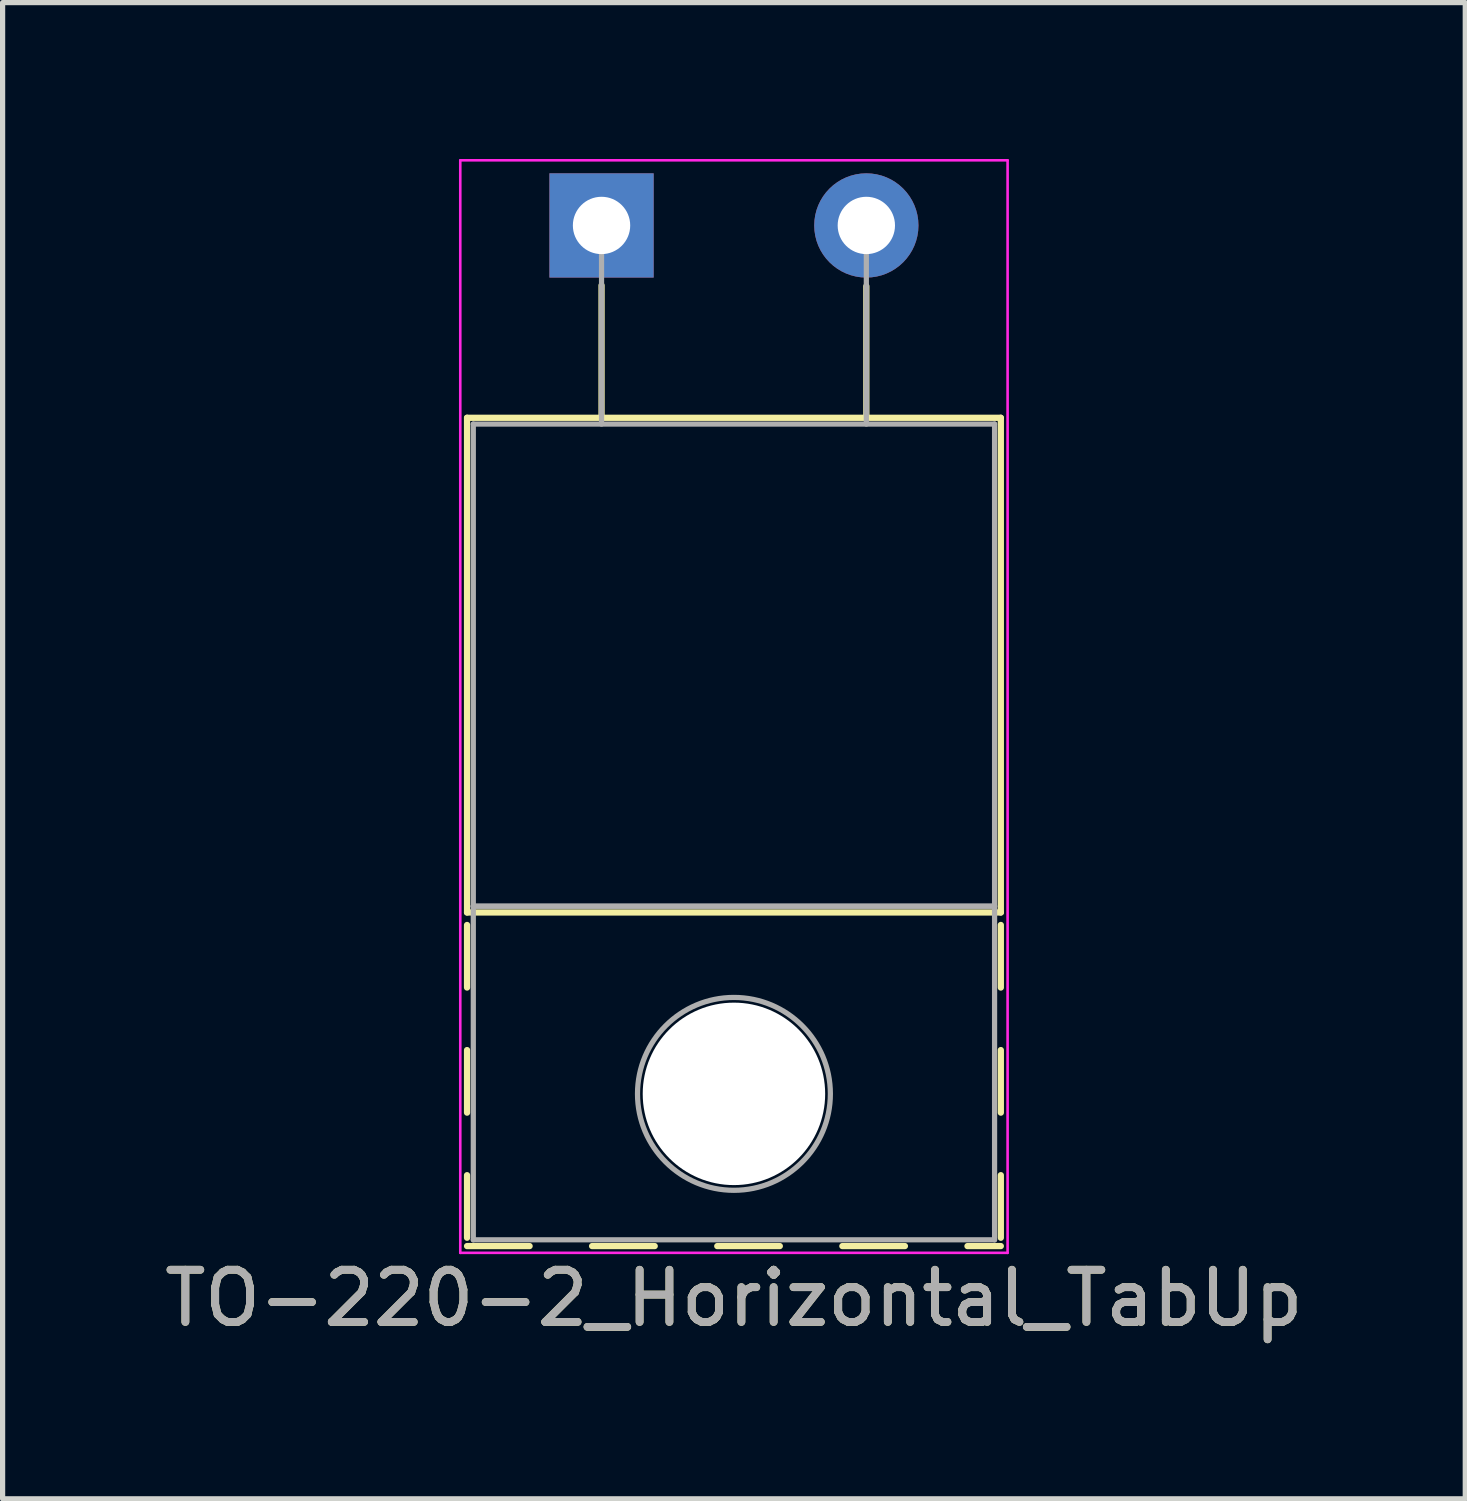
<source format=kicad_pcb>
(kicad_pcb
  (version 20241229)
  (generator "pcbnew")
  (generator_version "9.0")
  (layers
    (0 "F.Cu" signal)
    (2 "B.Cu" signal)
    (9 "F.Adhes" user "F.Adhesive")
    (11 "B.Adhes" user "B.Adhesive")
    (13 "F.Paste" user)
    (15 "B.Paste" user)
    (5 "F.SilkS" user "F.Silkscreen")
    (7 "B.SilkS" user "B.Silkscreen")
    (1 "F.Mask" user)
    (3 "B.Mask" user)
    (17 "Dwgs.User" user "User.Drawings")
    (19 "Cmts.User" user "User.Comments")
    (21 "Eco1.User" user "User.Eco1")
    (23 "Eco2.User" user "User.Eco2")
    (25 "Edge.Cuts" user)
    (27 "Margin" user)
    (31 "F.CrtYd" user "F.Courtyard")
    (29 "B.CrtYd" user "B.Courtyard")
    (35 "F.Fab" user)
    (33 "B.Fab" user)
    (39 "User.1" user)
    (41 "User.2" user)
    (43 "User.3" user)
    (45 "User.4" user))
  (footprint "TO-220-2_Horizontal_TabUp"
    (layer "F.Cu")
    (at 8.49 1.275)
    (property "Reference" "TO-220-2_Horizontal_TabUp" (at 2.54 20.58 0) (layer "F.SilkS") (effects (font (size 1 1) (thickness 0.15))))
    (attr through_hole)
    (fp_line (start -2.58 3.69) (end -2.58 13.18) (stroke (width 0.12) (type solid)) (layer "F.SilkS"))
    (fp_line (start -2.58 3.69) (end 7.66 3.69) (stroke (width 0.12) (type solid)) (layer "F.SilkS"))
    (fp_line (start -2.58 13.18) (end 7.66 13.18) (stroke (width 0.12) (type solid)) (layer "F.SilkS"))
    (fp_line (start -2.58 13.42) (end -2.58 14.62) (stroke (width 0.12) (type solid)) (layer "F.SilkS"))
    (fp_line (start -2.58 15.82) (end -2.58 17.02) (stroke (width 0.12) (type solid)) (layer "F.SilkS"))
    (fp_line (start -2.58 18.22) (end -2.58 19.42) (stroke (width 0.12) (type solid)) (layer "F.SilkS"))
    (fp_line (start -2.58 19.58) (end -1.38 19.58) (stroke (width 0.12) (type solid)) (layer "F.SilkS"))
    (fp_line (start -0.181 19.58) (end 1.02 19.58) (stroke (width 0.12) (type solid)) (layer "F.SilkS"))
    (fp_line (start 0 1.15) (end 0 3.69) (stroke (width 0.12) (type solid)) (layer "F.SilkS"))
    (fp_line (start 2.22 19.58) (end 3.42 19.58) (stroke (width 0.12) (type solid)) (layer "F.SilkS"))
    (fp_line (start 4.62 19.58) (end 5.82 19.58) (stroke (width 0.12) (type solid)) (layer "F.SilkS"))
    (fp_line (start 5.08 1.165) (end 5.08 3.69) (stroke (width 0.12) (type solid)) (layer "F.SilkS"))
    (fp_line (start 7.02 19.58) (end 7.66 19.58) (stroke (width 0.12) (type solid)) (layer "F.SilkS"))
    (fp_line (start 7.66 3.69) (end 7.66 13.18) (stroke (width 0.12) (type solid)) (layer "F.SilkS"))
    (fp_line (start 7.66 13.42) (end 7.66 14.62) (stroke (width 0.12) (type solid)) (layer "F.SilkS"))
    (fp_line (start 7.66 15.82) (end 7.66 17.02) (stroke (width 0.12) (type solid)) (layer "F.SilkS"))
    (fp_line (start 7.66 18.22) (end 7.66 19.42) (stroke (width 0.12) (type solid)) (layer "F.SilkS"))
    (fp_line (start -2.71 -1.25) (end -2.71 19.71) (stroke (width 0.05) (type solid)) (layer "F.CrtYd"))
    (fp_line (start -2.71 19.71) (end 7.79 19.71) (stroke (width 0.05) (type solid)) (layer "F.CrtYd"))
    (fp_line (start 7.79 -1.25) (end -2.71 -1.25) (stroke (width 0.05) (type solid)) (layer "F.CrtYd"))
    (fp_line (start 7.79 19.71) (end 7.79 -1.25) (stroke (width 0.05) (type solid)) (layer "F.CrtYd"))
    (fp_line (start -2.46 3.81) (end -2.46 13.06) (stroke (width 0.1) (type solid)) (layer "F.Fab"))
    (fp_line (start -2.46 13.06) (end -2.46 19.46) (stroke (width 0.1) (type solid)) (layer "F.Fab"))
    (fp_line (start -2.46 13.06) (end 7.54 13.06) (stroke (width 0.1) (type solid)) (layer "F.Fab"))
    (fp_line (start -2.46 19.46) (end 7.54 19.46) (stroke (width 0.1) (type solid)) (layer "F.Fab"))
    (fp_line (start 0 3.81) (end 0 0) (stroke (width 0.1) (type solid)) (layer "F.Fab"))
    (fp_line (start 5.08 3.81) (end 5.08 0) (stroke (width 0.1) (type solid)) (layer "F.Fab"))
    (fp_line (start 7.54 3.81) (end -2.46 3.81) (stroke (width 0.1) (type solid)) (layer "F.Fab"))
    (fp_line (start 7.54 13.06) (end -2.46 13.06) (stroke (width 0.1) (type solid)) (layer "F.Fab"))
    (fp_line (start 7.54 13.06) (end 7.54 3.81) (stroke (width 0.1) (type solid)) (layer "F.Fab"))
    (fp_line (start 7.54 19.46) (end 7.54 13.06) (stroke (width 0.1) (type solid)) (layer "F.Fab"))
    (fp_circle (center 2.54 16.66) (end 4.39 16.66) (stroke (width 0.1) (type solid)) (fill no) (layer "F.Fab"))
    (fp_text user "${REFERENCE}" (at 2.54 20.58 0) (layer "F.Fab") (effects (font (size 1 1) (thickness 0.15))))
    (pad "" np_thru_hole oval (at 2.54 16.66) (size 3.5 3.5) (drill 3.5) (layers "*.Cu" "*.Mask"))
    (pad "1" thru_hole rect (at 0 0) (size 2 2) (drill 1.1) (layers "*.Cu" "*.Mask"))
    (pad "2" thru_hole oval (at 5.08 0) (size 2 2) (drill 1.1) (layers "*.Cu" "*.Mask")))
  (gr_rect
    (start -3 -3)
    (end 25.06 25.703)
    (stroke (width 0.1) (type default))
    (fill no)
    (layer "Edge.Cuts")))
</source>
